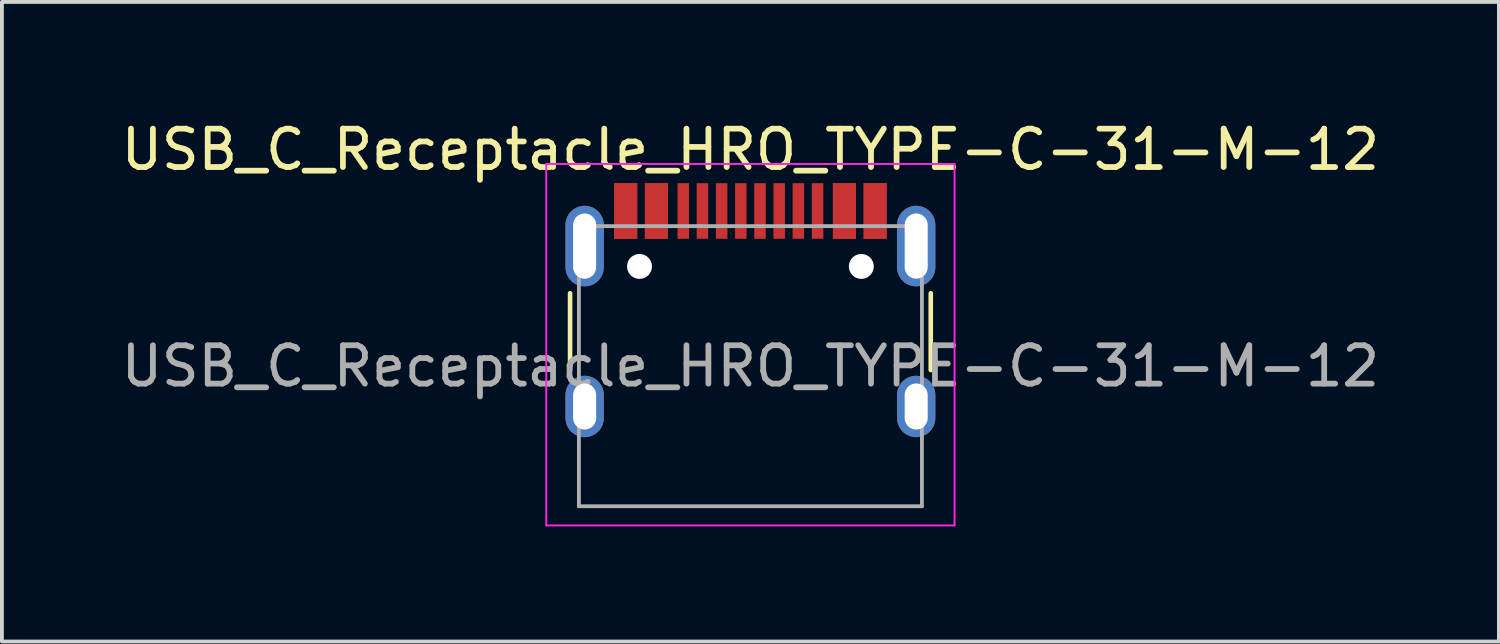
<source format=kicad_pcb>
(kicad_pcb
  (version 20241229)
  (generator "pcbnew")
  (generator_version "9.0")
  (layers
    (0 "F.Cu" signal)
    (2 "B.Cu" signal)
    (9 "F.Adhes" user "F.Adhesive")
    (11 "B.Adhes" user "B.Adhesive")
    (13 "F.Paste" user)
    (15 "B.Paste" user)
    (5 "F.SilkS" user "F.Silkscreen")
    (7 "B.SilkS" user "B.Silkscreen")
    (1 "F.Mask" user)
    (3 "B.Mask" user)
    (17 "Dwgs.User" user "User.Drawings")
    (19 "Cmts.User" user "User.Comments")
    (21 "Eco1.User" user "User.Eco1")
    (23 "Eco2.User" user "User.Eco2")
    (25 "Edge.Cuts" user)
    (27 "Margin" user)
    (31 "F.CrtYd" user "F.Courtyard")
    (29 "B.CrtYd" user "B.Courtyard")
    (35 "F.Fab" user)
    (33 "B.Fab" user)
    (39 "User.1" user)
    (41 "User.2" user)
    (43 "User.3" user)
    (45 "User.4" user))
  (footprint "USB_C_Receptacle_HRO_TYPE-C-31-M-12"
    (layer "F.Cu")
    (at 16.506 6.493)
    (property "Reference" "USB_C_Receptacle_HRO_TYPE-C-31-M-12" (at 0 -5.645 0) (layer "F.SilkS") (effects (font (size 1 1) (thickness 0.15))))
    (attr through_hole)
    (fp_line (start -4.7 -1.9) (end -4.7 0.1) (stroke (width 0.12) (type solid)) (layer "F.SilkS"))
    (fp_line (start 4.7 -1.9) (end 4.7 0.1) (stroke (width 0.12) (type solid)) (layer "F.SilkS"))
    (fp_line (start -4.7 2) (end -4.7 3.9) (stroke (width 0.12) (type solid)) (layer "Eco2.User"))
    (fp_line (start -4.7 3.9) (end 4.7 3.9) (stroke (width 0.12) (type solid)) (layer "Eco2.User"))
    (fp_line (start 4.7 2) (end 4.7 3.9) (stroke (width 0.12) (type solid)) (layer "Eco2.User"))
    (fp_line (start -5.32 -5.27) (end -5.32 4.15) (stroke (width 0.05) (type solid)) (layer "F.CrtYd"))
    (fp_line (start -5.32 -5.27) (end 5.32 -5.27) (stroke (width 0.05) (type solid)) (layer "F.CrtYd"))
    (fp_line (start -5.32 4.15) (end 5.32 4.15) (stroke (width 0.05) (type solid)) (layer "F.CrtYd"))
    (fp_line (start 5.32 -5.27) (end 5.32 4.15) (stroke (width 0.05) (type solid)) (layer "F.CrtYd"))
    (fp_line (start -4.47 -3.65) (end -4.47 3.65) (stroke (width 0.1) (type solid)) (layer "F.Fab"))
    (fp_line (start -4.47 -3.65) (end 4.47 -3.65) (stroke (width 0.1) (type solid)) (layer "F.Fab"))
    (fp_line (start -4.47 3.65) (end 4.47 3.65) (stroke (width 0.1) (type solid)) (layer "F.Fab"))
    (fp_line (start 4.47 -3.65) (end 4.47 3.65) (stroke (width 0.1) (type solid)) (layer "F.Fab"))
    (fp_text user "${REFERENCE}" (at 0 0 0) (layer "F.Fab") (effects (font (size 1 1) (thickness 0.15))))
    (pad "" np_thru_hole circle (at -2.89 -2.6) (size 0.65 0.65) (drill 0.65) (layers "*.Cu" "*.Mask"))
    (pad "" np_thru_hole circle (at 2.89 -2.6) (size 0.65 0.65) (drill 0.65) (layers "*.Cu" "*.Mask"))
    (pad "A1" smd rect (at -3.25 -4.045) (size 0.6 1.45) (layers "F.Cu" "F.Mask" "F.Paste"))
    (pad "A4" smd rect (at -2.45 -4.045) (size 0.6 1.45) (layers "F.Cu" "F.Mask" "F.Paste"))
    (pad "A5" smd rect (at -1.25 -4.045) (size 0.3 1.45) (layers "F.Cu" "F.Mask" "F.Paste"))
    (pad "A6" smd rect (at -0.25 -4.045) (size 0.3 1.45) (layers "F.Cu" "F.Mask" "F.Paste"))
    (pad "A7" smd rect (at 0.25 -4.045) (size 0.3 1.45) (layers "F.Cu" "F.Mask" "F.Paste"))
    (pad "A8" smd rect (at 1.25 -4.045) (size 0.3 1.45) (layers "F.Cu" "F.Mask" "F.Paste"))
    (pad "A9" smd rect (at 2.45 -4.045) (size 0.6 1.45) (layers "F.Cu" "F.Mask" "F.Paste"))
    (pad "A12" smd rect (at 3.25 -4.045) (size 0.6 1.45) (layers "F.Cu" "F.Mask" "F.Paste"))
    (pad "B1" smd rect (at 3.25 -4.045) (size 0.6 1.45) (layers "F.Cu" "F.Mask" "F.Paste"))
    (pad "B4" smd rect (at 2.45 -4.045) (size 0.6 1.45) (layers "F.Cu" "F.Mask" "F.Paste"))
    (pad "B5" smd rect (at 1.75 -4.045) (size 0.3 1.45) (layers "F.Cu" "F.Mask" "F.Paste"))
    (pad "B6" smd rect (at 0.75 -4.045) (size 0.3 1.45) (layers "F.Cu" "F.Mask" "F.Paste"))
    (pad "B7" smd rect (at -0.75 -4.045) (size 0.3 1.45) (layers "F.Cu" "F.Mask" "F.Paste"))
    (pad "B8" smd rect (at -1.75 -4.045) (size 0.3 1.45) (layers "F.Cu" "F.Mask" "F.Paste"))
    (pad "B9" smd rect (at -2.45 -4.045) (size 0.6 1.45) (layers "F.Cu" "F.Mask" "F.Paste"))
    (pad "B12" smd rect (at -3.25 -4.045) (size 0.6 1.45) (layers "F.Cu" "F.Mask" "F.Paste"))
    (pad "S1" thru_hole oval (at -4.32 -3.13) (size 1 2.1) (drill oval 0.6 1.7) (layers "*.Cu" "*.Mask"))
    (pad "S1" thru_hole oval (at -4.32 1.05) (size 1 1.6) (drill oval 0.6 1.2) (layers "*.Cu" "*.Mask"))
    (pad "S1" thru_hole oval (at 4.32 -3.13) (size 1 2.1) (drill oval 0.6 1.7) (layers "*.Cu" "*.Mask"))
    (pad "S1" thru_hole oval (at 4.32 1.05) (size 1 1.6) (drill oval 0.6 1.2) (layers "*.Cu" "*.Mask")))
  (gr_rect
    (start -3 -3)
    (end 36.012 13.668)
    (stroke (width 0.1) (type default))
    (fill no)
    (layer "Edge.Cuts")))
</source>
